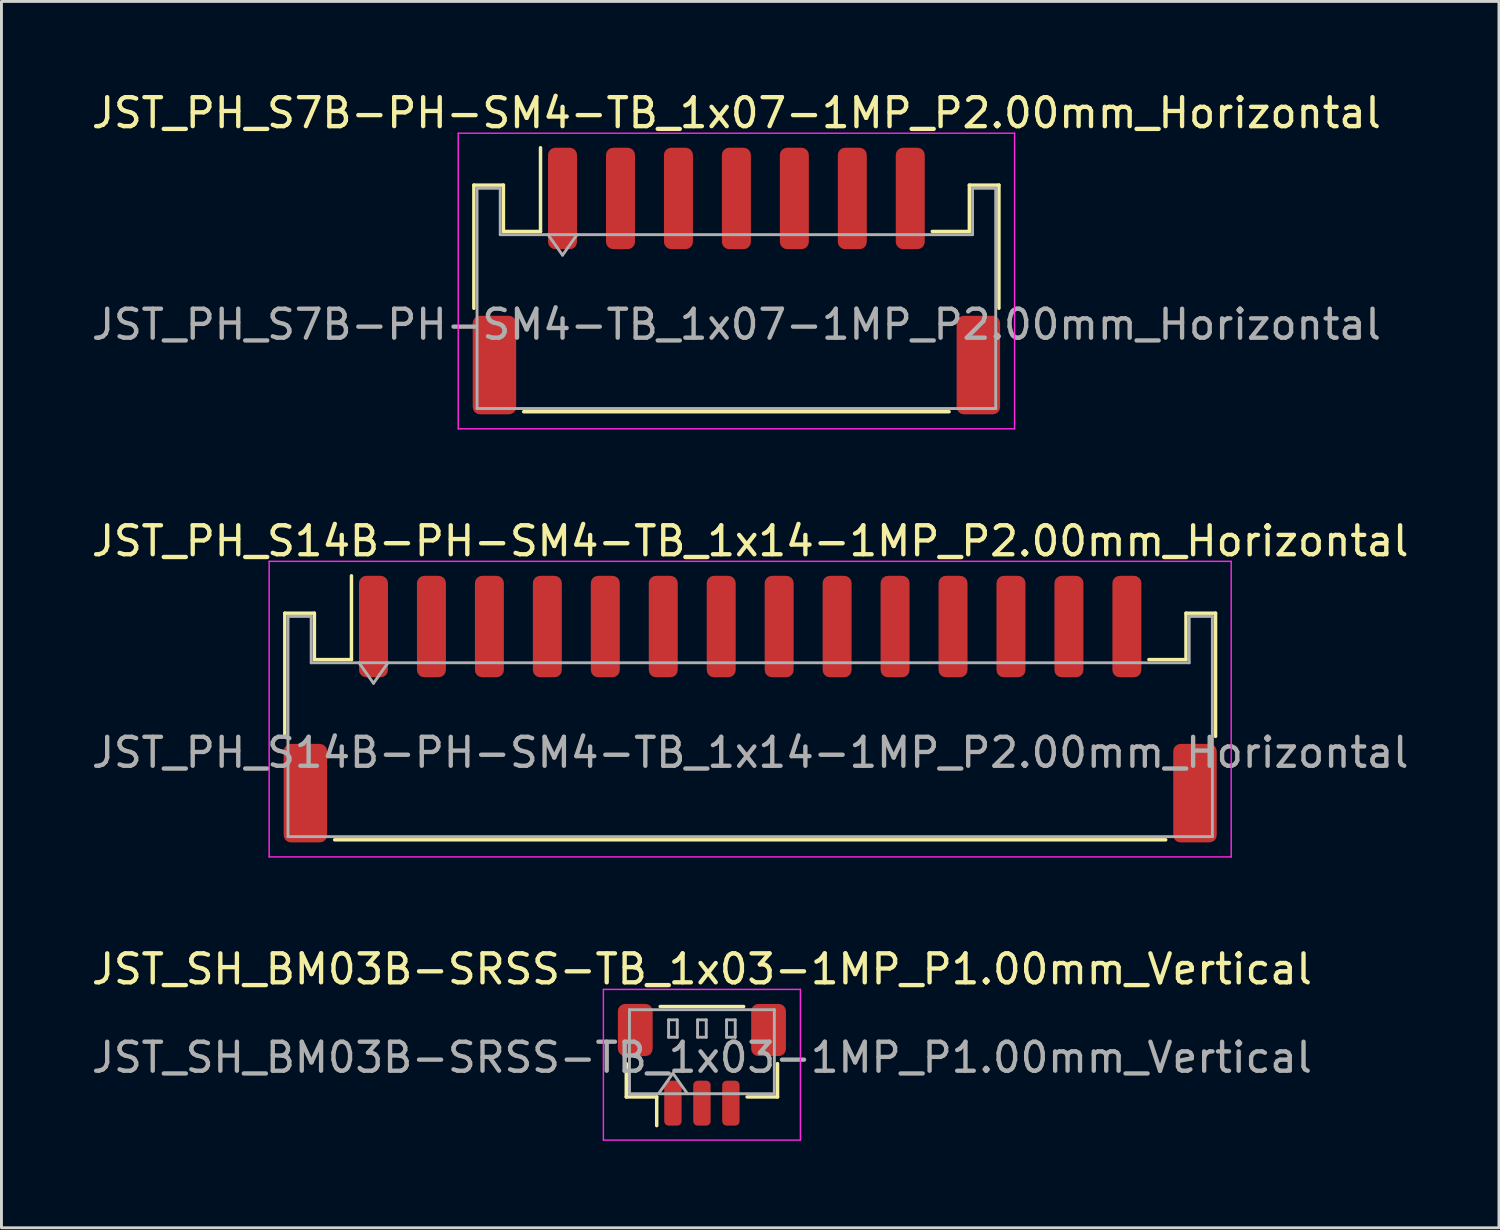
<source format=kicad_pcb>
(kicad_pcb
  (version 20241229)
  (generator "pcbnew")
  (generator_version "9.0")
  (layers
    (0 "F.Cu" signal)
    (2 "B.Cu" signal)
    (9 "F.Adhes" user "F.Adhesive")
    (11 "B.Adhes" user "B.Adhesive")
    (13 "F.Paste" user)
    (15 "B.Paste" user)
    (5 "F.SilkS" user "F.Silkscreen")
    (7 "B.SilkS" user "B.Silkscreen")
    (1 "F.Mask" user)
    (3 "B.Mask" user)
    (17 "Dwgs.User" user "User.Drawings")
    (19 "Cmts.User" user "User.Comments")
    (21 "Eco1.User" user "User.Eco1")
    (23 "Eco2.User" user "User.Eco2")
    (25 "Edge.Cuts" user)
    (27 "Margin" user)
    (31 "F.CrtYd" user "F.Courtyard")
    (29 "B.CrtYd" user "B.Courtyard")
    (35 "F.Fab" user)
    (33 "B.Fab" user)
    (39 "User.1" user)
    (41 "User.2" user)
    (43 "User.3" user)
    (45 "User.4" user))
  (footprint "JST_SH_BM03B-SRSS-TB_1x03-1MP_P1.00mm_Vertical"
    (layer "F.Cu")
    (at 21.173 33.695)
    (property "Reference" "JST_SH_BM03B-SRSS-TB_1x03-1MP_P1.00mm_Vertical" (at 0 -3.3 0) (layer "F.SilkS") (effects (font (size 1 1) (thickness 0.15))))
    (attr smd)
    (fp_line (start -2.61 -0.04) (end -2.61 1.11) (stroke (width 0.12) (type solid)) (layer "F.SilkS"))
    (fp_line (start -2.61 1.11) (end -1.56 1.11) (stroke (width 0.12) (type solid)) (layer "F.SilkS"))
    (fp_line (start -1.56 1.11) (end -1.56 2.1) (stroke (width 0.12) (type solid)) (layer "F.SilkS"))
    (fp_line (start -1.44 -2.01) (end 1.44 -2.01) (stroke (width 0.12) (type solid)) (layer "F.SilkS"))
    (fp_line (start 2.61 -0.04) (end 2.61 1.11) (stroke (width 0.12) (type solid)) (layer "F.SilkS"))
    (fp_line (start 2.61 1.11) (end 1.56 1.11) (stroke (width 0.12) (type solid)) (layer "F.SilkS"))
    (fp_line (start -3.4 -2.6) (end -3.4 2.6) (stroke (width 0.05) (type solid)) (layer "F.CrtYd"))
    (fp_line (start -3.4 2.6) (end 3.4 2.6) (stroke (width 0.05) (type solid)) (layer "F.CrtYd"))
    (fp_line (start 3.4 -2.6) (end -3.4 -2.6) (stroke (width 0.05) (type solid)) (layer "F.CrtYd"))
    (fp_line (start 3.4 2.6) (end 3.4 -2.6) (stroke (width 0.05) (type solid)) (layer "F.CrtYd"))
    (fp_line (start -2.5 -1.9) (end 2.5 -1.9) (stroke (width 0.1) (type solid)) (layer "F.Fab"))
    (fp_line (start -2.5 1) (end -2.5 -1.9) (stroke (width 0.1) (type solid)) (layer "F.Fab"))
    (fp_line (start -2.5 1) (end 2.5 1) (stroke (width 0.1) (type solid)) (layer "F.Fab"))
    (fp_line (start -1.5 1) (end -1 0.293) (stroke (width 0.1) (type solid)) (layer "F.Fab"))
    (fp_line (start -1.15 -1.55) (end -1.15 -0.95) (stroke (width 0.1) (type solid)) (layer "F.Fab"))
    (fp_line (start -1.15 -0.95) (end -0.85 -0.95) (stroke (width 0.1) (type solid)) (layer "F.Fab"))
    (fp_line (start -1 0.293) (end -0.5 1) (stroke (width 0.1) (type solid)) (layer "F.Fab"))
    (fp_line (start -0.85 -1.55) (end -1.15 -1.55) (stroke (width 0.1) (type solid)) (layer "F.Fab"))
    (fp_line (start -0.85 -0.95) (end -0.85 -1.55) (stroke (width 0.1) (type solid)) (layer "F.Fab"))
    (fp_line (start -0.15 -1.55) (end -0.15 -0.95) (stroke (width 0.1) (type solid)) (layer "F.Fab"))
    (fp_line (start -0.15 -0.95) (end 0.15 -0.95) (stroke (width 0.1) (type solid)) (layer "F.Fab"))
    (fp_line (start 0.15 -1.55) (end -0.15 -1.55) (stroke (width 0.1) (type solid)) (layer "F.Fab"))
    (fp_line (start 0.15 -0.95) (end 0.15 -1.55) (stroke (width 0.1) (type solid)) (layer "F.Fab"))
    (fp_line (start 0.85 -1.55) (end 0.85 -0.95) (stroke (width 0.1) (type solid)) (layer "F.Fab"))
    (fp_line (start 0.85 -0.95) (end 1.15 -0.95) (stroke (width 0.1) (type solid)) (layer "F.Fab"))
    (fp_line (start 1.15 -1.55) (end 0.85 -1.55) (stroke (width 0.1) (type solid)) (layer "F.Fab"))
    (fp_line (start 1.15 -0.95) (end 1.15 -1.55) (stroke (width 0.1) (type solid)) (layer "F.Fab"))
    (fp_line (start 2.5 1) (end 2.5 -1.9) (stroke (width 0.1) (type solid)) (layer "F.Fab"))
    (fp_text user "${REFERENCE}" (at 0 -0.25 0) (layer "F.Fab") (effects (font (size 1 1) (thickness 0.15))))
    (pad "1" smd roundrect (at -1 1.325) (size 0.6 1.55) (layers "F.Cu" "F.Mask" "F.Paste") (roundrect_rratio 0.25))
    (pad "2" smd roundrect (at 0 1.325) (size 0.6 1.55) (layers "F.Cu" "F.Mask" "F.Paste") (roundrect_rratio 0.25))
    (pad "3" smd roundrect (at 1 1.325) (size 0.6 1.55) (layers "F.Cu" "F.Mask" "F.Paste") (roundrect_rratio 0.25))
    (pad "MP" smd roundrect (at -2.3 -1.2) (size 1.2 1.8) (layers "F.Cu" "F.Mask" "F.Paste") (roundrect_rratio 0.208))
    (pad "MP" smd roundrect (at 2.3 -1.2) (size 1.2 1.8) (layers "F.Cu" "F.Mask" "F.Paste") (roundrect_rratio 0.208)))
  (footprint "JST_PH_S7B-PH-SM4-TB_1x07-1MP_P2.00mm_Horizontal"
    (layer "F.Cu")
    (at 22.363 6.648)
    (property "Reference" "JST_PH_S7B-PH-SM4-TB_1x07-1MP_P2.00mm_Horizontal" (at 0 -5.8 0) (layer "F.SilkS") (effects (font (size 1 1) (thickness 0.15))))
    (attr smd)
    (fp_line (start -9.06 -3.31) (end -8.04 -3.31) (stroke (width 0.12) (type solid)) (layer "F.SilkS"))
    (fp_line (start -9.06 0.94) (end -9.06 -3.31) (stroke (width 0.12) (type solid)) (layer "F.SilkS"))
    (fp_line (start -8.04 -3.31) (end -8.04 -1.71) (stroke (width 0.12) (type solid)) (layer "F.SilkS"))
    (fp_line (start -8.04 -1.71) (end -6.76 -1.71) (stroke (width 0.12) (type solid)) (layer "F.SilkS"))
    (fp_line (start -7.34 4.51) (end 7.34 4.51) (stroke (width 0.12) (type solid)) (layer "F.SilkS"))
    (fp_line (start -6.76 -1.71) (end -6.76 -4.6) (stroke (width 0.12) (type solid)) (layer "F.SilkS"))
    (fp_line (start 8.04 -3.31) (end 8.04 -1.71) (stroke (width 0.12) (type solid)) (layer "F.SilkS"))
    (fp_line (start 8.04 -1.71) (end 6.76 -1.71) (stroke (width 0.12) (type solid)) (layer "F.SilkS"))
    (fp_line (start 9.06 -3.31) (end 8.04 -3.31) (stroke (width 0.12) (type solid)) (layer "F.SilkS"))
    (fp_line (start 9.06 0.94) (end 9.06 -3.31) (stroke (width 0.12) (type solid)) (layer "F.SilkS"))
    (fp_line (start -9.6 -5.1) (end -9.6 5.1) (stroke (width 0.05) (type solid)) (layer "F.CrtYd"))
    (fp_line (start -9.6 5.1) (end 9.6 5.1) (stroke (width 0.05) (type solid)) (layer "F.CrtYd"))
    (fp_line (start 9.6 -5.1) (end -9.6 -5.1) (stroke (width 0.05) (type solid)) (layer "F.CrtYd"))
    (fp_line (start 9.6 5.1) (end 9.6 -5.1) (stroke (width 0.05) (type solid)) (layer "F.CrtYd"))
    (fp_line (start -8.95 -3.2) (end -8.95 4.4) (stroke (width 0.1) (type solid)) (layer "F.Fab"))
    (fp_line (start -8.95 -3.2) (end -8.15 -3.2) (stroke (width 0.1) (type solid)) (layer "F.Fab"))
    (fp_line (start -8.95 4.4) (end 8.95 4.4) (stroke (width 0.1) (type solid)) (layer "F.Fab"))
    (fp_line (start -8.15 -3.2) (end -8.15 -1.6) (stroke (width 0.1) (type solid)) (layer "F.Fab"))
    (fp_line (start -8.15 -1.6) (end 8.15 -1.6) (stroke (width 0.1) (type solid)) (layer "F.Fab"))
    (fp_line (start -6.5 -1.6) (end -6 -0.893) (stroke (width 0.1) (type solid)) (layer "F.Fab"))
    (fp_line (start -6 -0.893) (end -5.5 -1.6) (stroke (width 0.1) (type solid)) (layer "F.Fab"))
    (fp_line (start 8.15 -3.2) (end 8.95 -3.2) (stroke (width 0.1) (type solid)) (layer "F.Fab"))
    (fp_line (start 8.15 -1.6) (end 8.15 -3.2) (stroke (width 0.1) (type solid)) (layer "F.Fab"))
    (fp_line (start 8.95 -3.2) (end 8.95 4.4) (stroke (width 0.1) (type solid)) (layer "F.Fab"))
    (fp_text user "${REFERENCE}" (at 0 1.5 0) (layer "F.Fab") (effects (font (size 1 1) (thickness 0.15))))
    (pad "1" smd roundrect (at -6 -2.85) (size 1 3.5) (layers "F.Cu" "F.Mask" "F.Paste") (roundrect_rratio 0.25))
    (pad "2" smd roundrect (at -4 -2.85) (size 1 3.5) (layers "F.Cu" "F.Mask" "F.Paste") (roundrect_rratio 0.25))
    (pad "3" smd roundrect (at -2 -2.85) (size 1 3.5) (layers "F.Cu" "F.Mask" "F.Paste") (roundrect_rratio 0.25))
    (pad "4" smd roundrect (at 0 -2.85) (size 1 3.5) (layers "F.Cu" "F.Mask" "F.Paste") (roundrect_rratio 0.25))
    (pad "5" smd roundrect (at 2 -2.85) (size 1 3.5) (layers "F.Cu" "F.Mask" "F.Paste") (roundrect_rratio 0.25))
    (pad "6" smd roundrect (at 4 -2.85) (size 1 3.5) (layers "F.Cu" "F.Mask" "F.Paste") (roundrect_rratio 0.25))
    (pad "7" smd roundrect (at 6 -2.85) (size 1 3.5) (layers "F.Cu" "F.Mask" "F.Paste") (roundrect_rratio 0.25))
    (pad "MP" smd roundrect (at -8.35 2.9) (size 1.5 3.4) (layers "F.Cu" "F.Mask" "F.Paste") (roundrect_rratio 0.167))
    (pad "MP" smd roundrect (at 8.35 2.9) (size 1.5 3.4) (layers "F.Cu" "F.Mask" "F.Paste") (roundrect_rratio 0.167)))
  (footprint "JST_PH_S14B-PH-SM4-TB_1x14-1MP_P2.00mm_Horizontal"
    (layer "F.Cu")
    (at 22.839 21.422)
    (property "Reference" "JST_PH_S14B-PH-SM4-TB_1x14-1MP_P2.00mm_Horizontal" (at 0 -5.8 0) (layer "F.SilkS") (effects (font (size 1 1) (thickness 0.15))))
    (attr smd)
    (fp_line (start -16.06 -3.31) (end -15.04 -3.31) (stroke (width 0.12) (type solid)) (layer "F.SilkS"))
    (fp_line (start -16.06 0.94) (end -16.06 -3.31) (stroke (width 0.12) (type solid)) (layer "F.SilkS"))
    (fp_line (start -15.04 -3.31) (end -15.04 -1.71) (stroke (width 0.12) (type solid)) (layer "F.SilkS"))
    (fp_line (start -15.04 -1.71) (end -13.76 -1.71) (stroke (width 0.12) (type solid)) (layer "F.SilkS"))
    (fp_line (start -14.34 4.51) (end 14.34 4.51) (stroke (width 0.12) (type solid)) (layer "F.SilkS"))
    (fp_line (start -13.76 -1.71) (end -13.76 -4.6) (stroke (width 0.12) (type solid)) (layer "F.SilkS"))
    (fp_line (start 15.04 -3.31) (end 15.04 -1.71) (stroke (width 0.12) (type solid)) (layer "F.SilkS"))
    (fp_line (start 15.04 -1.71) (end 13.76 -1.71) (stroke (width 0.12) (type solid)) (layer "F.SilkS"))
    (fp_line (start 16.06 -3.31) (end 15.04 -3.31) (stroke (width 0.12) (type solid)) (layer "F.SilkS"))
    (fp_line (start 16.06 0.94) (end 16.06 -3.31) (stroke (width 0.12) (type solid)) (layer "F.SilkS"))
    (fp_line (start -16.6 -5.1) (end -16.6 5.1) (stroke (width 0.05) (type solid)) (layer "F.CrtYd"))
    (fp_line (start -16.6 5.1) (end 16.6 5.1) (stroke (width 0.05) (type solid)) (layer "F.CrtYd"))
    (fp_line (start 16.6 -5.1) (end -16.6 -5.1) (stroke (width 0.05) (type solid)) (layer "F.CrtYd"))
    (fp_line (start 16.6 5.1) (end 16.6 -5.1) (stroke (width 0.05) (type solid)) (layer "F.CrtYd"))
    (fp_line (start -15.95 -3.2) (end -15.95 4.4) (stroke (width 0.1) (type solid)) (layer "F.Fab"))
    (fp_line (start -15.95 -3.2) (end -15.15 -3.2) (stroke (width 0.1) (type solid)) (layer "F.Fab"))
    (fp_line (start -15.95 4.4) (end 15.95 4.4) (stroke (width 0.1) (type solid)) (layer "F.Fab"))
    (fp_line (start -15.15 -3.2) (end -15.15 -1.6) (stroke (width 0.1) (type solid)) (layer "F.Fab"))
    (fp_line (start -15.15 -1.6) (end 15.15 -1.6) (stroke (width 0.1) (type solid)) (layer "F.Fab"))
    (fp_line (start -13.5 -1.6) (end -13 -0.893) (stroke (width 0.1) (type solid)) (layer "F.Fab"))
    (fp_line (start -13 -0.893) (end -12.5 -1.6) (stroke (width 0.1) (type solid)) (layer "F.Fab"))
    (fp_line (start 15.15 -3.2) (end 15.95 -3.2) (stroke (width 0.1) (type solid)) (layer "F.Fab"))
    (fp_line (start 15.15 -1.6) (end 15.15 -3.2) (stroke (width 0.1) (type solid)) (layer "F.Fab"))
    (fp_line (start 15.95 -3.2) (end 15.95 4.4) (stroke (width 0.1) (type solid)) (layer "F.Fab"))
    (fp_text user "${REFERENCE}" (at 0 1.5 0) (layer "F.Fab") (effects (font (size 1 1) (thickness 0.15))))
    (pad "1" smd roundrect (at -13 -2.85) (size 1 3.5) (layers "F.Cu" "F.Mask" "F.Paste") (roundrect_rratio 0.25))
    (pad "2" smd roundrect (at -11 -2.85) (size 1 3.5) (layers "F.Cu" "F.Mask" "F.Paste") (roundrect_rratio 0.25))
    (pad "3" smd roundrect (at -9 -2.85) (size 1 3.5) (layers "F.Cu" "F.Mask" "F.Paste") (roundrect_rratio 0.25))
    (pad "4" smd roundrect (at -7 -2.85) (size 1 3.5) (layers "F.Cu" "F.Mask" "F.Paste") (roundrect_rratio 0.25))
    (pad "5" smd roundrect (at -5 -2.85) (size 1 3.5) (layers "F.Cu" "F.Mask" "F.Paste") (roundrect_rratio 0.25))
    (pad "6" smd roundrect (at -3 -2.85) (size 1 3.5) (layers "F.Cu" "F.Mask" "F.Paste") (roundrect_rratio 0.25))
    (pad "7" smd roundrect (at -1 -2.85) (size 1 3.5) (layers "F.Cu" "F.Mask" "F.Paste") (roundrect_rratio 0.25))
    (pad "8" smd roundrect (at 1 -2.85) (size 1 3.5) (layers "F.Cu" "F.Mask" "F.Paste") (roundrect_rratio 0.25))
    (pad "9" smd roundrect (at 3 -2.85) (size 1 3.5) (layers "F.Cu" "F.Mask" "F.Paste") (roundrect_rratio 0.25))
    (pad "10" smd roundrect (at 5 -2.85) (size 1 3.5) (layers "F.Cu" "F.Mask" "F.Paste") (roundrect_rratio 0.25))
    (pad "11" smd roundrect (at 7 -2.85) (size 1 3.5) (layers "F.Cu" "F.Mask" "F.Paste") (roundrect_rratio 0.25))
    (pad "12" smd roundrect (at 9 -2.85) (size 1 3.5) (layers "F.Cu" "F.Mask" "F.Paste") (roundrect_rratio 0.25))
    (pad "13" smd roundrect (at 11 -2.85) (size 1 3.5) (layers "F.Cu" "F.Mask" "F.Paste") (roundrect_rratio 0.25))
    (pad "14" smd roundrect (at 13 -2.85) (size 1 3.5) (layers "F.Cu" "F.Mask" "F.Paste") (roundrect_rratio 0.25))
    (pad "MP" smd roundrect (at -15.35 2.9) (size 1.5 3.4) (layers "F.Cu" "F.Mask" "F.Paste") (roundrect_rratio 0.167))
    (pad "MP" smd roundrect (at 15.35 2.9) (size 1.5 3.4) (layers "F.Cu" "F.Mask" "F.Paste") (roundrect_rratio 0.167)))
  (gr_rect
    (start -3 -3)
    (end 48.679 39.32)
    (stroke (width 0.1) (type default))
    (fill no)
    (layer "Edge.Cuts")))
</source>
